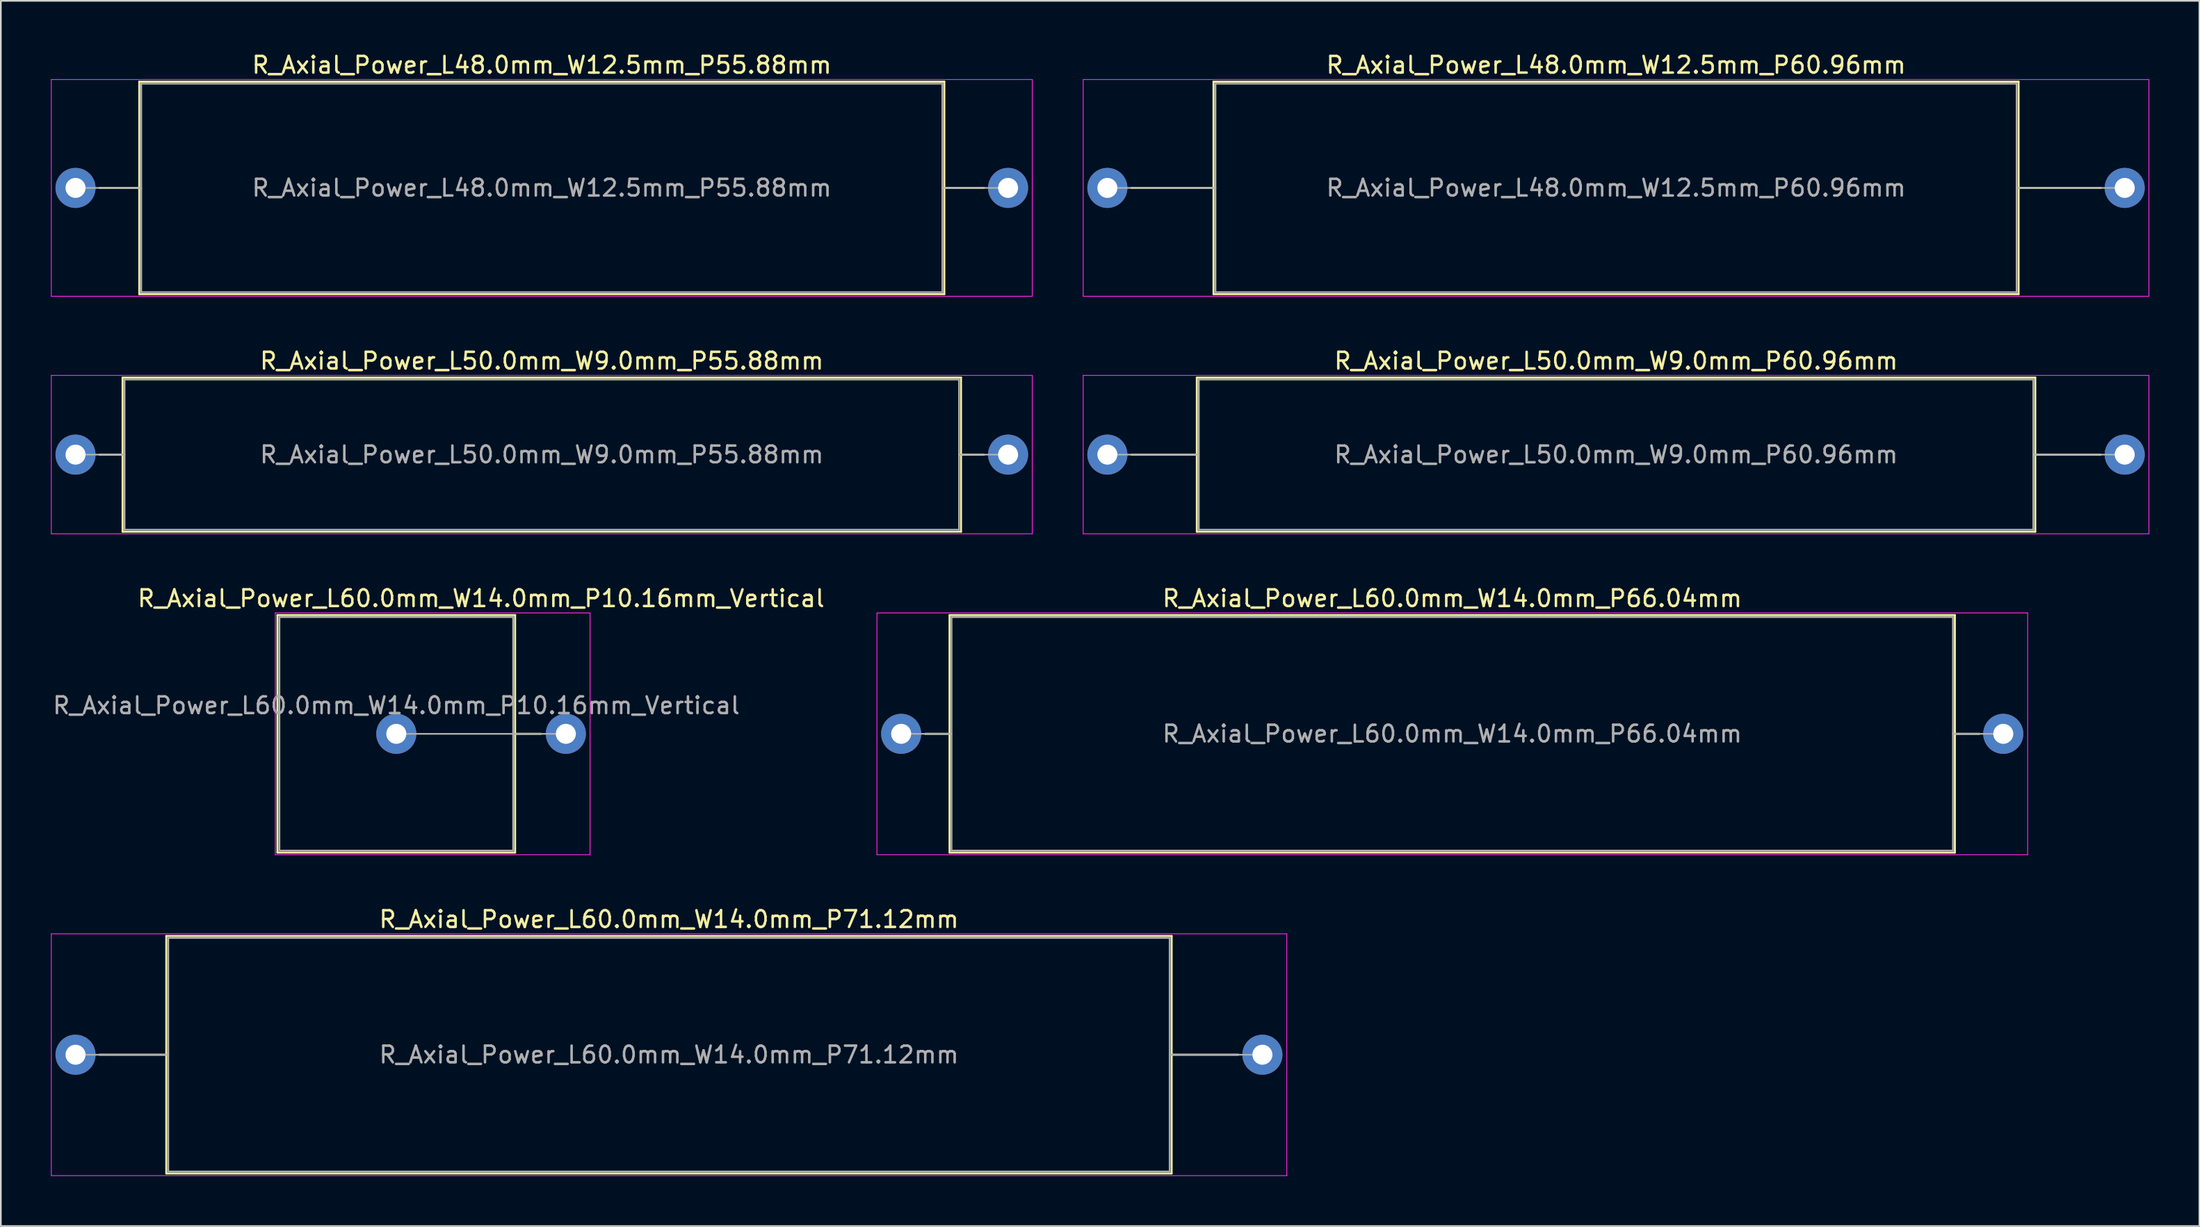
<source format=kicad_pcb>
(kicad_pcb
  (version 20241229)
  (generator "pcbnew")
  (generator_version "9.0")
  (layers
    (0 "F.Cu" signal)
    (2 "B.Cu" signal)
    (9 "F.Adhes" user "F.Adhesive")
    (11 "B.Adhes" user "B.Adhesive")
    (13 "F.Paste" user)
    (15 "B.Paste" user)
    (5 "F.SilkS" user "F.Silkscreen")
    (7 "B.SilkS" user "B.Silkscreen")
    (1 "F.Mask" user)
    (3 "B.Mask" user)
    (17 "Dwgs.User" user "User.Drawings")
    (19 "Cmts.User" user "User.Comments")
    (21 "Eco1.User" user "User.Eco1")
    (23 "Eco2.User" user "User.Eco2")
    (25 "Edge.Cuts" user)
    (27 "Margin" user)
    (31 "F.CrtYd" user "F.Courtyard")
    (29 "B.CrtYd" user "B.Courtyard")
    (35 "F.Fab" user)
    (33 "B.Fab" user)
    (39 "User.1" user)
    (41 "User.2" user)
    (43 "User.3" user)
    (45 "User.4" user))
  (footprint "R_Axial_Power_L50.0mm_W9.0mm_P60.96mm"
    (layer "F.Cu")
    (at 63.305 24.212)
    (property "Reference" "R_Axial_Power_L50.0mm_W9.0mm_P60.96mm" (at 30.48 -5.62 0) (layer "F.SilkS") (effects (font (size 1 1) (thickness 0.15))))
    (attr through_hole)
    (fp_line (start 1.44 0) (end 5.36 0) (stroke (width 0.12) (type solid)) (layer "F.SilkS"))
    (fp_line (start 5.36 -4.62) (end 5.36 4.62) (stroke (width 0.12) (type solid)) (layer "F.SilkS"))
    (fp_line (start 5.36 4.62) (end 55.6 4.62) (stroke (width 0.12) (type solid)) (layer "F.SilkS"))
    (fp_line (start 55.6 -4.62) (end 5.36 -4.62) (stroke (width 0.12) (type solid)) (layer "F.SilkS"))
    (fp_line (start 55.6 4.62) (end 55.6 -4.62) (stroke (width 0.12) (type solid)) (layer "F.SilkS"))
    (fp_line (start 59.52 0) (end 55.6 0) (stroke (width 0.12) (type solid)) (layer "F.SilkS"))
    (fp_line (start -1.45 -4.75) (end -1.45 4.75) (stroke (width 0.05) (type solid)) (layer "F.CrtYd"))
    (fp_line (start -1.45 4.75) (end 62.41 4.75) (stroke (width 0.05) (type solid)) (layer "F.CrtYd"))
    (fp_line (start 62.41 -4.75) (end -1.45 -4.75) (stroke (width 0.05) (type solid)) (layer "F.CrtYd"))
    (fp_line (start 62.41 4.75) (end 62.41 -4.75) (stroke (width 0.05) (type solid)) (layer "F.CrtYd"))
    (fp_line (start 0 0) (end 5.48 0) (stroke (width 0.1) (type solid)) (layer "F.Fab"))
    (fp_line (start 5.48 -4.5) (end 5.48 4.5) (stroke (width 0.1) (type solid)) (layer "F.Fab"))
    (fp_line (start 5.48 4.5) (end 55.48 4.5) (stroke (width 0.1) (type solid)) (layer "F.Fab"))
    (fp_line (start 55.48 -4.5) (end 5.48 -4.5) (stroke (width 0.1) (type solid)) (layer "F.Fab"))
    (fp_line (start 55.48 4.5) (end 55.48 -4.5) (stroke (width 0.1) (type solid)) (layer "F.Fab"))
    (fp_line (start 60.96 0) (end 55.48 0) (stroke (width 0.1) (type solid)) (layer "F.Fab"))
    (fp_text user "${REFERENCE}" (at 30.48 0 0) (layer "F.Fab") (effects (font (size 1 1) (thickness 0.15))))
    (pad "1" thru_hole circle (at 0 0) (size 2.4 2.4) (drill 1.2) (layers "*.Cu" "*.Mask"))
    (pad "2" thru_hole oval (at 60.96 0) (size 2.4 2.4) (drill 1.2) (layers "*.Cu" "*.Mask")))
  (footprint "R_Axial_Power_L50.0mm_W9.0mm_P55.88mm"
    (layer "F.Cu")
    (at 1.475 24.212)
    (property "Reference" "R_Axial_Power_L50.0mm_W9.0mm_P55.88mm" (at 27.94 -5.62 0) (layer "F.SilkS") (effects (font (size 1 1) (thickness 0.15))))
    (attr through_hole)
    (fp_line (start 1.44 0) (end 2.82 0) (stroke (width 0.12) (type solid)) (layer "F.SilkS"))
    (fp_line (start 2.82 -4.62) (end 2.82 4.62) (stroke (width 0.12) (type solid)) (layer "F.SilkS"))
    (fp_line (start 2.82 4.62) (end 53.06 4.62) (stroke (width 0.12) (type solid)) (layer "F.SilkS"))
    (fp_line (start 53.06 -4.62) (end 2.82 -4.62) (stroke (width 0.12) (type solid)) (layer "F.SilkS"))
    (fp_line (start 53.06 4.62) (end 53.06 -4.62) (stroke (width 0.12) (type solid)) (layer "F.SilkS"))
    (fp_line (start 54.44 0) (end 53.06 0) (stroke (width 0.12) (type solid)) (layer "F.SilkS"))
    (fp_line (start -1.45 -4.75) (end -1.45 4.75) (stroke (width 0.05) (type solid)) (layer "F.CrtYd"))
    (fp_line (start -1.45 4.75) (end 57.33 4.75) (stroke (width 0.05) (type solid)) (layer "F.CrtYd"))
    (fp_line (start 57.33 -4.75) (end -1.45 -4.75) (stroke (width 0.05) (type solid)) (layer "F.CrtYd"))
    (fp_line (start 57.33 4.75) (end 57.33 -4.75) (stroke (width 0.05) (type solid)) (layer "F.CrtYd"))
    (fp_line (start 0 0) (end 2.94 0) (stroke (width 0.1) (type solid)) (layer "F.Fab"))
    (fp_line (start 2.94 -4.5) (end 2.94 4.5) (stroke (width 0.1) (type solid)) (layer "F.Fab"))
    (fp_line (start 2.94 4.5) (end 52.94 4.5) (stroke (width 0.1) (type solid)) (layer "F.Fab"))
    (fp_line (start 52.94 -4.5) (end 2.94 -4.5) (stroke (width 0.1) (type solid)) (layer "F.Fab"))
    (fp_line (start 52.94 4.5) (end 52.94 -4.5) (stroke (width 0.1) (type solid)) (layer "F.Fab"))
    (fp_line (start 55.88 0) (end 52.94 0) (stroke (width 0.1) (type solid)) (layer "F.Fab"))
    (fp_text user "${REFERENCE}" (at 27.94 0 0) (layer "F.Fab") (effects (font (size 1 1) (thickness 0.15))))
    (pad "1" thru_hole circle (at 0 0) (size 2.4 2.4) (drill 1.2) (layers "*.Cu" "*.Mask"))
    (pad "2" thru_hole oval (at 55.88 0) (size 2.4 2.4) (drill 1.2) (layers "*.Cu" "*.Mask")))
  (footprint "R_Axial_Power_L48.0mm_W12.5mm_P60.96mm"
    (layer "F.Cu")
    (at 63.305 8.218)
    (property "Reference" "R_Axial_Power_L48.0mm_W12.5mm_P60.96mm" (at 30.48 -7.37 0) (layer "F.SilkS") (effects (font (size 1 1) (thickness 0.15))))
    (attr through_hole)
    (fp_line (start 1.44 0) (end 6.36 0) (stroke (width 0.12) (type solid)) (layer "F.SilkS"))
    (fp_line (start 6.36 -6.37) (end 6.36 6.37) (stroke (width 0.12) (type solid)) (layer "F.SilkS"))
    (fp_line (start 6.36 6.37) (end 54.6 6.37) (stroke (width 0.12) (type solid)) (layer "F.SilkS"))
    (fp_line (start 54.6 -6.37) (end 6.36 -6.37) (stroke (width 0.12) (type solid)) (layer "F.SilkS"))
    (fp_line (start 54.6 6.37) (end 54.6 -6.37) (stroke (width 0.12) (type solid)) (layer "F.SilkS"))
    (fp_line (start 59.52 0) (end 54.6 0) (stroke (width 0.12) (type solid)) (layer "F.SilkS"))
    (fp_line (start -1.45 -6.5) (end -1.45 6.5) (stroke (width 0.05) (type solid)) (layer "F.CrtYd"))
    (fp_line (start -1.45 6.5) (end 62.41 6.5) (stroke (width 0.05) (type solid)) (layer "F.CrtYd"))
    (fp_line (start 62.41 -6.5) (end -1.45 -6.5) (stroke (width 0.05) (type solid)) (layer "F.CrtYd"))
    (fp_line (start 62.41 6.5) (end 62.41 -6.5) (stroke (width 0.05) (type solid)) (layer "F.CrtYd"))
    (fp_line (start 0 0) (end 6.48 0) (stroke (width 0.1) (type solid)) (layer "F.Fab"))
    (fp_line (start 6.48 -6.25) (end 6.48 6.25) (stroke (width 0.1) (type solid)) (layer "F.Fab"))
    (fp_line (start 6.48 6.25) (end 54.48 6.25) (stroke (width 0.1) (type solid)) (layer "F.Fab"))
    (fp_line (start 54.48 -6.25) (end 6.48 -6.25) (stroke (width 0.1) (type solid)) (layer "F.Fab"))
    (fp_line (start 54.48 6.25) (end 54.48 -6.25) (stroke (width 0.1) (type solid)) (layer "F.Fab"))
    (fp_line (start 60.96 0) (end 54.48 0) (stroke (width 0.1) (type solid)) (layer "F.Fab"))
    (fp_text user "${REFERENCE}" (at 30.48 0 0) (layer "F.Fab") (effects (font (size 1 1) (thickness 0.15))))
    (pad "1" thru_hole circle (at 0 0) (size 2.4 2.4) (drill 1.2) (layers "*.Cu" "*.Mask"))
    (pad "2" thru_hole oval (at 60.96 0) (size 2.4 2.4) (drill 1.2) (layers "*.Cu" "*.Mask")))
  (footprint "R_Axial_Power_L60.0mm_W14.0mm_P10.16mm_Vertical"
    (layer "F.Cu")
    (at 20.696 40.955)
    (property "Reference" "R_Axial_Power_L60.0mm_W14.0mm_P10.16mm_Vertical" (at 5.08 -8.12 0) (layer "F.SilkS") (effects (font (size 1 1) (thickness 0.15))))
    (attr through_hole)
    (fp_line (start -7.12 -7.12) (end -7.12 7.12) (stroke (width 0.12) (type solid)) (layer "F.SilkS"))
    (fp_line (start -7.12 7.12) (end 7.12 7.12) (stroke (width 0.12) (type solid)) (layer "F.SilkS"))
    (fp_line (start 7.12 -7.12) (end -7.12 -7.12) (stroke (width 0.12) (type solid)) (layer "F.SilkS"))
    (fp_line (start 7.12 0) (end 8.66 0) (stroke (width 0.12) (type solid)) (layer "F.SilkS"))
    (fp_line (start 7.12 7.12) (end 7.12 -7.12) (stroke (width 0.12) (type solid)) (layer "F.SilkS"))
    (fp_line (start -7.25 -7.25) (end -7.25 7.25) (stroke (width 0.05) (type solid)) (layer "F.CrtYd"))
    (fp_line (start -7.25 7.25) (end 11.61 7.25) (stroke (width 0.05) (type solid)) (layer "F.CrtYd"))
    (fp_line (start 11.61 -7.25) (end -7.25 -7.25) (stroke (width 0.05) (type solid)) (layer "F.CrtYd"))
    (fp_line (start 11.61 7.25) (end 11.61 -7.25) (stroke (width 0.05) (type solid)) (layer "F.CrtYd"))
    (fp_line (start -7 -7) (end -7 7) (stroke (width 0.1) (type solid)) (layer "F.Fab"))
    (fp_line (start -7 7) (end 7 7) (stroke (width 0.1) (type solid)) (layer "F.Fab"))
    (fp_line (start 0 0) (end 10.16 0) (stroke (width 0.1) (type solid)) (layer "F.Fab"))
    (fp_line (start 7 -7) (end -7 -7) (stroke (width 0.1) (type solid)) (layer "F.Fab"))
    (fp_line (start 7 7) (end 7 -7) (stroke (width 0.1) (type solid)) (layer "F.Fab"))
    (fp_text user "${REFERENCE}" (at 0 -1.7 0) (layer "F.Fab") (effects (font (size 1 1) (thickness 0.15))))
    (pad "1" thru_hole circle (at 0 0) (size 2.4 2.4) (drill 1.2) (layers "*.Cu" "*.Mask"))
    (pad "2" thru_hole oval (at 10.16 0) (size 2.4 2.4) (drill 1.2) (layers "*.Cu" "*.Mask")))
  (footprint "R_Axial_Power_L48.0mm_W12.5mm_P55.88mm"
    (layer "F.Cu")
    (at 1.475 8.218)
    (property "Reference" "R_Axial_Power_L48.0mm_W12.5mm_P55.88mm" (at 27.94 -7.37 0) (layer "F.SilkS") (effects (font (size 1 1) (thickness 0.15))))
    (attr through_hole)
    (fp_line (start 1.44 0) (end 3.82 0) (stroke (width 0.12) (type solid)) (layer "F.SilkS"))
    (fp_line (start 3.82 -6.37) (end 3.82 6.37) (stroke (width 0.12) (type solid)) (layer "F.SilkS"))
    (fp_line (start 3.82 6.37) (end 52.06 6.37) (stroke (width 0.12) (type solid)) (layer "F.SilkS"))
    (fp_line (start 52.06 -6.37) (end 3.82 -6.37) (stroke (width 0.12) (type solid)) (layer "F.SilkS"))
    (fp_line (start 52.06 6.37) (end 52.06 -6.37) (stroke (width 0.12) (type solid)) (layer "F.SilkS"))
    (fp_line (start 54.44 0) (end 52.06 0) (stroke (width 0.12) (type solid)) (layer "F.SilkS"))
    (fp_line (start -1.45 -6.5) (end -1.45 6.5) (stroke (width 0.05) (type solid)) (layer "F.CrtYd"))
    (fp_line (start -1.45 6.5) (end 57.33 6.5) (stroke (width 0.05) (type solid)) (layer "F.CrtYd"))
    (fp_line (start 57.33 -6.5) (end -1.45 -6.5) (stroke (width 0.05) (type solid)) (layer "F.CrtYd"))
    (fp_line (start 57.33 6.5) (end 57.33 -6.5) (stroke (width 0.05) (type solid)) (layer "F.CrtYd"))
    (fp_line (start 0 0) (end 3.94 0) (stroke (width 0.1) (type solid)) (layer "F.Fab"))
    (fp_line (start 3.94 -6.25) (end 3.94 6.25) (stroke (width 0.1) (type solid)) (layer "F.Fab"))
    (fp_line (start 3.94 6.25) (end 51.94 6.25) (stroke (width 0.1) (type solid)) (layer "F.Fab"))
    (fp_line (start 51.94 -6.25) (end 3.94 -6.25) (stroke (width 0.1) (type solid)) (layer "F.Fab"))
    (fp_line (start 51.94 6.25) (end 51.94 -6.25) (stroke (width 0.1) (type solid)) (layer "F.Fab"))
    (fp_line (start 55.88 0) (end 51.94 0) (stroke (width 0.1) (type solid)) (layer "F.Fab"))
    (fp_text user "${REFERENCE}" (at 27.94 0 0) (layer "F.Fab") (effects (font (size 1 1) (thickness 0.15))))
    (pad "1" thru_hole circle (at 0 0) (size 2.4 2.4) (drill 1.2) (layers "*.Cu" "*.Mask"))
    (pad "2" thru_hole oval (at 55.88 0) (size 2.4 2.4) (drill 1.2) (layers "*.Cu" "*.Mask")))
  (footprint "R_Axial_Power_L60.0mm_W14.0mm_P66.04mm"
    (layer "F.Cu")
    (at 50.948 40.955)
    (property "Reference" "R_Axial_Power_L60.0mm_W14.0mm_P66.04mm" (at 33.02 -8.12 0) (layer "F.SilkS") (effects (font (size 1 1) (thickness 0.15))))
    (attr through_hole)
    (fp_line (start 1.44 0) (end 2.9 0) (stroke (width 0.12) (type solid)) (layer "F.SilkS"))
    (fp_line (start 2.9 -7.12) (end 2.9 7.12) (stroke (width 0.12) (type solid)) (layer "F.SilkS"))
    (fp_line (start 2.9 7.12) (end 63.14 7.12) (stroke (width 0.12) (type solid)) (layer "F.SilkS"))
    (fp_line (start 63.14 -7.12) (end 2.9 -7.12) (stroke (width 0.12) (type solid)) (layer "F.SilkS"))
    (fp_line (start 63.14 7.12) (end 63.14 -7.12) (stroke (width 0.12) (type solid)) (layer "F.SilkS"))
    (fp_line (start 64.6 0) (end 63.14 0) (stroke (width 0.12) (type solid)) (layer "F.SilkS"))
    (fp_line (start -1.45 -7.25) (end -1.45 7.25) (stroke (width 0.05) (type solid)) (layer "F.CrtYd"))
    (fp_line (start -1.45 7.25) (end 67.5 7.25) (stroke (width 0.05) (type solid)) (layer "F.CrtYd"))
    (fp_line (start 67.5 -7.25) (end -1.45 -7.25) (stroke (width 0.05) (type solid)) (layer "F.CrtYd"))
    (fp_line (start 67.5 7.25) (end 67.5 -7.25) (stroke (width 0.05) (type solid)) (layer "F.CrtYd"))
    (fp_line (start 0 0) (end 3.02 0) (stroke (width 0.1) (type solid)) (layer "F.Fab"))
    (fp_line (start 3.02 -7) (end 3.02 7) (stroke (width 0.1) (type solid)) (layer "F.Fab"))
    (fp_line (start 3.02 7) (end 63.02 7) (stroke (width 0.1) (type solid)) (layer "F.Fab"))
    (fp_line (start 63.02 -7) (end 3.02 -7) (stroke (width 0.1) (type solid)) (layer "F.Fab"))
    (fp_line (start 63.02 7) (end 63.02 -7) (stroke (width 0.1) (type solid)) (layer "F.Fab"))
    (fp_line (start 66.04 0) (end 63.02 0) (stroke (width 0.1) (type solid)) (layer "F.Fab"))
    (fp_text user "${REFERENCE}" (at 33.02 0 0) (layer "F.Fab") (effects (font (size 1 1) (thickness 0.15))))
    (pad "1" thru_hole circle (at 0 0) (size 2.4 2.4) (drill 1.2) (layers "*.Cu" "*.Mask"))
    (pad "2" thru_hole oval (at 66.04 0) (size 2.4 2.4) (drill 1.2) (layers "*.Cu" "*.Mask")))
  (footprint "R_Axial_Power_L60.0mm_W14.0mm_P71.12mm"
    (layer "F.Cu")
    (at 1.475 60.198)
    (property "Reference" "R_Axial_Power_L60.0mm_W14.0mm_P71.12mm" (at 35.56 -8.12 0) (layer "F.SilkS") (effects (font (size 1 1) (thickness 0.15))))
    (attr through_hole)
    (fp_line (start 1.44 0) (end 5.44 0) (stroke (width 0.12) (type solid)) (layer "F.SilkS"))
    (fp_line (start 5.44 -7.12) (end 5.44 7.12) (stroke (width 0.12) (type solid)) (layer "F.SilkS"))
    (fp_line (start 5.44 7.12) (end 65.68 7.12) (stroke (width 0.12) (type solid)) (layer "F.SilkS"))
    (fp_line (start 65.68 -7.12) (end 5.44 -7.12) (stroke (width 0.12) (type solid)) (layer "F.SilkS"))
    (fp_line (start 65.68 7.12) (end 65.68 -7.12) (stroke (width 0.12) (type solid)) (layer "F.SilkS"))
    (fp_line (start 69.68 0) (end 65.68 0) (stroke (width 0.12) (type solid)) (layer "F.SilkS"))
    (fp_line (start -1.45 -7.25) (end -1.45 7.25) (stroke (width 0.05) (type solid)) (layer "F.CrtYd"))
    (fp_line (start -1.45 7.25) (end 72.58 7.25) (stroke (width 0.05) (type solid)) (layer "F.CrtYd"))
    (fp_line (start 72.58 -7.25) (end -1.45 -7.25) (stroke (width 0.05) (type solid)) (layer "F.CrtYd"))
    (fp_line (start 72.58 7.25) (end 72.58 -7.25) (stroke (width 0.05) (type solid)) (layer "F.CrtYd"))
    (fp_line (start 0 0) (end 5.56 0) (stroke (width 0.1) (type solid)) (layer "F.Fab"))
    (fp_line (start 5.56 -7) (end 5.56 7) (stroke (width 0.1) (type solid)) (layer "F.Fab"))
    (fp_line (start 5.56 7) (end 65.56 7) (stroke (width 0.1) (type solid)) (layer "F.Fab"))
    (fp_line (start 65.56 -7) (end 5.56 -7) (stroke (width 0.1) (type solid)) (layer "F.Fab"))
    (fp_line (start 65.56 7) (end 65.56 -7) (stroke (width 0.1) (type solid)) (layer "F.Fab"))
    (fp_line (start 71.12 0) (end 65.56 0) (stroke (width 0.1) (type solid)) (layer "F.Fab"))
    (fp_text user "${REFERENCE}" (at 35.56 0 0) (layer "F.Fab") (effects (font (size 1 1) (thickness 0.15))))
    (pad "1" thru_hole circle (at 0 0) (size 2.4 2.4) (drill 1.2) (layers "*.Cu" "*.Mask"))
    (pad "2" thru_hole oval (at 71.12 0) (size 2.4 2.4) (drill 1.2) (layers "*.Cu" "*.Mask")))
  (gr_rect
    (start -3 -3)
    (end 128.74 70.473)
    (stroke (width 0.1) (type default))
    (fill no)
    (layer "Edge.Cuts")))
</source>
